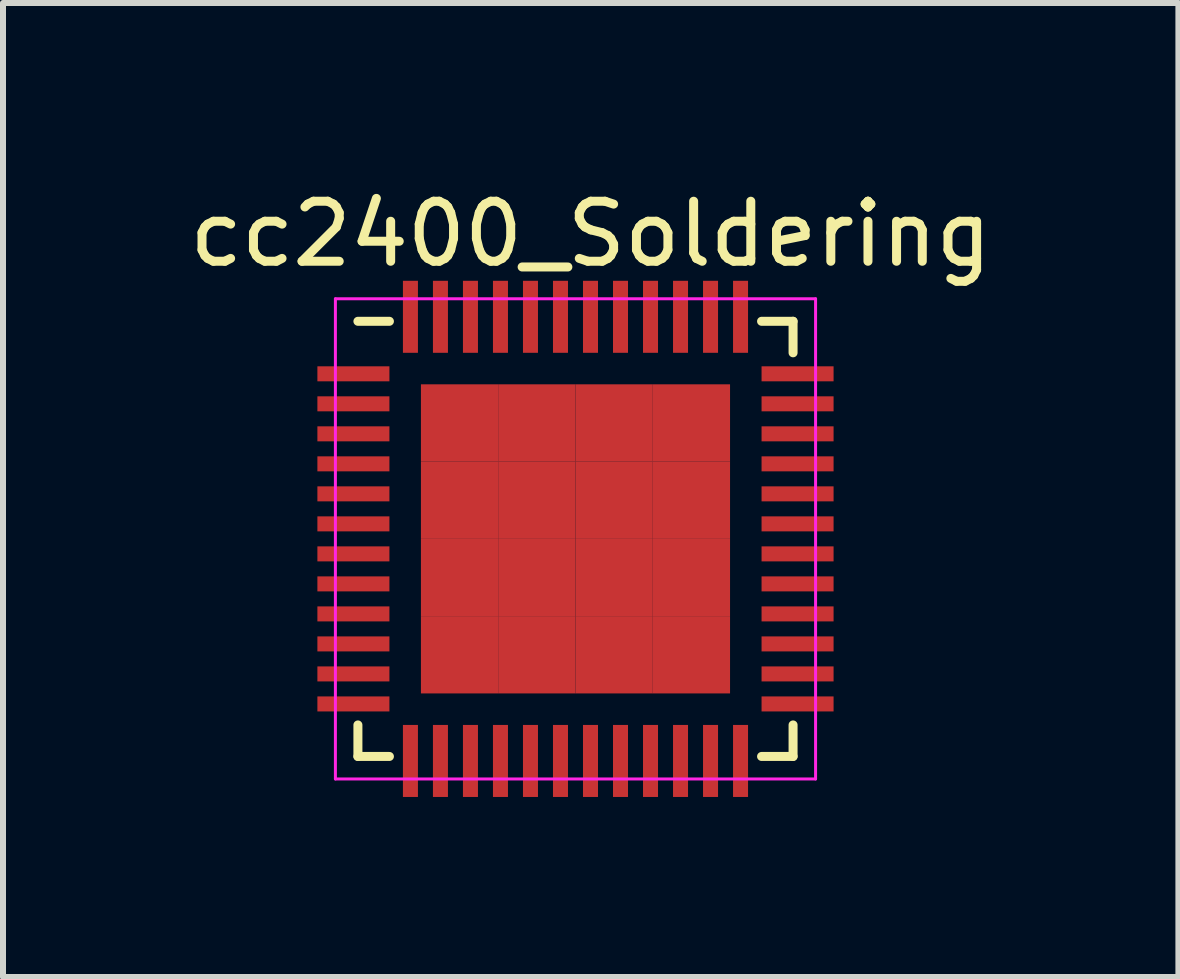
<source format=kicad_pcb>
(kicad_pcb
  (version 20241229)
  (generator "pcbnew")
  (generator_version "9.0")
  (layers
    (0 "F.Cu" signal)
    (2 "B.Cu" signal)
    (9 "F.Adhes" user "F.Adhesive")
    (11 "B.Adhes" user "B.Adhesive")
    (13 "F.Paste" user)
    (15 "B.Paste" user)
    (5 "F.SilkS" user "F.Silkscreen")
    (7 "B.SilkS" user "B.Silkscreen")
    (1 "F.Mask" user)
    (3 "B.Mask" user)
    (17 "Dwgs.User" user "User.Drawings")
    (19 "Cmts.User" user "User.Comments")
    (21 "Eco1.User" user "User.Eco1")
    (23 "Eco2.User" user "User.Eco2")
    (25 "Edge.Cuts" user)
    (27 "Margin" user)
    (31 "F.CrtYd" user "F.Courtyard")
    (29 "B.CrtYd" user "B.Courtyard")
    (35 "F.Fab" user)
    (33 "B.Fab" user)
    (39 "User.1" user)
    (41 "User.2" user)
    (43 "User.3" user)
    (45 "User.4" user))
  (footprint "cc2400_Soldering"
    (layer "F.Cu")
    (at 6.538 5.928)
    (property "Reference" "cc2400_Soldering" (at 0.254 -5.08 0) (layer "F.SilkS") (effects (font (size 1 1) (thickness 0.15))))
    (attr smd)
    (fp_line (start -3.625 -3.625) (end -3.1 -3.625) (stroke (width 0.15) (type solid)) (layer "F.SilkS"))
    (fp_line (start -3.625 3.625) (end -3.625 3.1) (stroke (width 0.15) (type solid)) (layer "F.SilkS"))
    (fp_line (start -3.625 3.625) (end -3.1 3.625) (stroke (width 0.15) (type solid)) (layer "F.SilkS"))
    (fp_line (start 3.625 -3.625) (end 3.1 -3.625) (stroke (width 0.15) (type solid)) (layer "F.SilkS"))
    (fp_line (start 3.625 -3.625) (end 3.625 -3.1) (stroke (width 0.15) (type solid)) (layer "F.SilkS"))
    (fp_line (start 3.625 3.625) (end 3.1 3.625) (stroke (width 0.15) (type solid)) (layer "F.SilkS"))
    (fp_line (start 3.625 3.625) (end 3.625 3.1) (stroke (width 0.15) (type solid)) (layer "F.SilkS"))
    (fp_line (start -4 -4) (end -4 4) (stroke (width 0.05) (type solid)) (layer "F.CrtYd"))
    (fp_line (start -4 -4) (end 4 -4) (stroke (width 0.05) (type solid)) (layer "F.CrtYd"))
    (fp_line (start -4 4) (end 4 4) (stroke (width 0.05) (type solid)) (layer "F.CrtYd"))
    (fp_line (start 4 -4) (end 4 4) (stroke (width 0.05) (type solid)) (layer "F.CrtYd"))
    (pad "1" smd rect (at -3.7 -2.75) (size 1.2 0.25) (layers "F.Cu" "F.Mask" "F.Paste"))
    (pad "2" smd rect (at -3.7 -2.25) (size 1.2 0.25) (layers "F.Cu" "F.Mask" "F.Paste"))
    (pad "3" smd rect (at -3.7 -1.75) (size 1.2 0.25) (layers "F.Cu" "F.Mask" "F.Paste"))
    (pad "4" smd rect (at -3.7 -1.25) (size 1.2 0.25) (layers "F.Cu" "F.Mask" "F.Paste"))
    (pad "5" smd rect (at -3.7 -0.75) (size 1.2 0.25) (layers "F.Cu" "F.Mask" "F.Paste"))
    (pad "6" smd rect (at -3.7 -0.25) (size 1.2 0.25) (layers "F.Cu" "F.Mask" "F.Paste"))
    (pad "7" smd rect (at -3.7 0.25) (size 1.2 0.25) (layers "F.Cu" "F.Mask" "F.Paste"))
    (pad "8" smd rect (at -3.7 0.75) (size 1.2 0.25) (layers "F.Cu" "F.Mask" "F.Paste"))
    (pad "9" smd rect (at -3.7 1.25) (size 1.2 0.25) (layers "F.Cu" "F.Mask" "F.Paste"))
    (pad "10" smd rect (at -3.7 1.75) (size 1.2 0.25) (layers "F.Cu" "F.Mask" "F.Paste"))
    (pad "11" smd rect (at -3.7 2.25) (size 1.2 0.25) (layers "F.Cu" "F.Mask" "F.Paste"))
    (pad "12" smd rect (at -3.7 2.75) (size 1.2 0.25) (layers "F.Cu" "F.Mask" "F.Paste"))
    (pad "13" smd rect (at -2.75 3.7 90) (size 1.2 0.25) (layers "F.Cu" "F.Mask" "F.Paste"))
    (pad "14" smd rect (at -2.25 3.7 90) (size 1.2 0.25) (layers "F.Cu" "F.Mask" "F.Paste"))
    (pad "15" smd rect (at -1.75 3.7 90) (size 1.2 0.25) (layers "F.Cu" "F.Mask" "F.Paste"))
    (pad "16" smd rect (at -1.25 3.7 90) (size 1.2 0.25) (layers "F.Cu" "F.Mask" "F.Paste"))
    (pad "17" smd rect (at -0.75 3.7 90) (size 1.2 0.25) (layers "F.Cu" "F.Mask" "F.Paste"))
    (pad "18" smd rect (at -0.25 3.7 90) (size 1.2 0.25) (layers "F.Cu" "F.Mask" "F.Paste"))
    (pad "19" smd rect (at 0.25 3.7 90) (size 1.2 0.25) (layers "F.Cu" "F.Mask" "F.Paste"))
    (pad "20" smd rect (at 0.75 3.7 90) (size 1.2 0.25) (layers "F.Cu" "F.Mask" "F.Paste"))
    (pad "21" smd rect (at 1.25 3.7 90) (size 1.2 0.25) (layers "F.Cu" "F.Mask" "F.Paste"))
    (pad "22" smd rect (at 1.75 3.7 90) (size 1.2 0.25) (layers "F.Cu" "F.Mask" "F.Paste"))
    (pad "23" smd rect (at 2.25 3.7 90) (size 1.2 0.25) (layers "F.Cu" "F.Mask" "F.Paste"))
    (pad "24" smd rect (at 2.75 3.7 90) (size 1.2 0.25) (layers "F.Cu" "F.Mask" "F.Paste"))
    (pad "25" smd rect (at 3.7 2.75) (size 1.2 0.25) (layers "F.Cu" "F.Mask" "F.Paste"))
    (pad "26" smd rect (at 3.7 2.25) (size 1.2 0.25) (layers "F.Cu" "F.Mask" "F.Paste"))
    (pad "27" smd rect (at 3.7 1.75) (size 1.2 0.25) (layers "F.Cu" "F.Mask" "F.Paste"))
    (pad "28" smd rect (at 3.7 1.25) (size 1.2 0.25) (layers "F.Cu" "F.Mask" "F.Paste"))
    (pad "29" smd rect (at 3.7 0.75) (size 1.2 0.25) (layers "F.Cu" "F.Mask" "F.Paste"))
    (pad "30" smd rect (at 3.7 0.25) (size 1.2 0.25) (layers "F.Cu" "F.Mask" "F.Paste"))
    (pad "31" smd rect (at 3.7 -0.25) (size 1.2 0.25) (layers "F.Cu" "F.Mask" "F.Paste"))
    (pad "32" smd rect (at 3.7 -0.75) (size 1.2 0.25) (layers "F.Cu" "F.Mask" "F.Paste"))
    (pad "33" smd rect (at 3.7 -1.25) (size 1.2 0.25) (layers "F.Cu" "F.Mask" "F.Paste"))
    (pad "34" smd rect (at 3.7 -1.75) (size 1.2 0.25) (layers "F.Cu" "F.Mask" "F.Paste"))
    (pad "35" smd rect (at 3.7 -2.25) (size 1.2 0.25) (layers "F.Cu" "F.Mask" "F.Paste"))
    (pad "36" smd rect (at 3.7 -2.75) (size 1.2 0.25) (layers "F.Cu" "F.Mask" "F.Paste"))
    (pad "37" smd rect (at 2.75 -3.7 90) (size 1.2 0.25) (layers "F.Cu" "F.Mask" "F.Paste"))
    (pad "38" smd rect (at 2.25 -3.7 90) (size 1.2 0.25) (layers "F.Cu" "F.Mask" "F.Paste"))
    (pad "39" smd rect (at 1.75 -3.7 90) (size 1.2 0.25) (layers "F.Cu" "F.Mask" "F.Paste"))
    (pad "40" smd rect (at 1.25 -3.7 90) (size 1.2 0.25) (layers "F.Cu" "F.Mask" "F.Paste"))
    (pad "41" smd rect (at 0.75 -3.7 90) (size 1.2 0.25) (layers "F.Cu" "F.Mask" "F.Paste"))
    (pad "42" smd rect (at 0.25 -3.7 90) (size 1.2 0.25) (layers "F.Cu" "F.Mask" "F.Paste"))
    (pad "43" smd rect (at -0.25 -3.7 90) (size 1.2 0.25) (layers "F.Cu" "F.Mask" "F.Paste"))
    (pad "44" smd rect (at -0.75 -3.7 90) (size 1.2 0.25) (layers "F.Cu" "F.Mask" "F.Paste"))
    (pad "45" smd rect (at -1.25 -3.7 90) (size 1.2 0.25) (layers "F.Cu" "F.Mask" "F.Paste"))
    (pad "46" smd rect (at -1.75 -3.7 90) (size 1.2 0.25) (layers "F.Cu" "F.Mask" "F.Paste"))
    (pad "47" smd rect (at -2.25 -3.7 90) (size 1.2 0.25) (layers "F.Cu" "F.Mask" "F.Paste"))
    (pad "48" smd rect (at -2.75 -3.7 90) (size 1.2 0.25) (layers "F.Cu" "F.Mask" "F.Paste"))
    (pad "49" smd rect (at -1.931 -1.931) (size 1.288 1.288) (layers "F.Cu" "F.Mask" "F.Paste"))
    (pad "49" smd rect (at -1.931 -0.644) (size 1.288 1.288) (layers "F.Cu" "F.Mask" "F.Paste"))
    (pad "49" smd rect (at -1.931 0.644) (size 1.288 1.288) (layers "F.Cu" "F.Mask" "F.Paste"))
    (pad "49" smd rect (at -1.931 1.931) (size 1.288 1.288) (layers "F.Cu" "F.Mask" "F.Paste"))
    (pad "49" smd rect (at -0.644 -1.931) (size 1.288 1.288) (layers "F.Cu" "F.Mask" "F.Paste"))
    (pad "49" smd rect (at -0.644 -0.644) (size 1.288 1.288) (layers "F.Cu" "F.Mask" "F.Paste"))
    (pad "49" smd rect (at -0.644 0.644) (size 1.288 1.288) (layers "F.Cu" "F.Mask" "F.Paste"))
    (pad "49" smd rect (at -0.644 1.931) (size 1.288 1.288) (layers "F.Cu" "F.Mask" "F.Paste"))
    (pad "49" smd rect (at 0.644 -1.931) (size 1.288 1.288) (layers "F.Cu" "F.Mask" "F.Paste"))
    (pad "49" smd rect (at 0.644 -0.644) (size 1.288 1.288) (layers "F.Cu" "F.Mask" "F.Paste"))
    (pad "49" smd rect (at 0.644 0.644) (size 1.288 1.288) (layers "F.Cu" "F.Mask" "F.Paste"))
    (pad "49" smd rect (at 0.644 1.931) (size 1.288 1.288) (layers "F.Cu" "F.Mask" "F.Paste"))
    (pad "49" smd rect (at 1.931 -1.931) (size 1.288 1.288) (layers "F.Cu" "F.Mask" "F.Paste"))
    (pad "49" smd rect (at 1.931 -0.644) (size 1.288 1.288) (layers "F.Cu" "F.Mask" "F.Paste"))
    (pad "49" smd rect (at 1.931 0.644) (size 1.288 1.288) (layers "F.Cu" "F.Mask" "F.Paste"))
    (pad "49" smd rect (at 1.931 1.931) (size 1.288 1.288) (layers "F.Cu" "F.Mask" "F.Paste")))
  (gr_rect
    (start -3 -3)
    (end 16.583 13.228)
    (stroke (width 0.1) (type default))
    (fill no)
    (layer "Edge.Cuts")))
</source>
